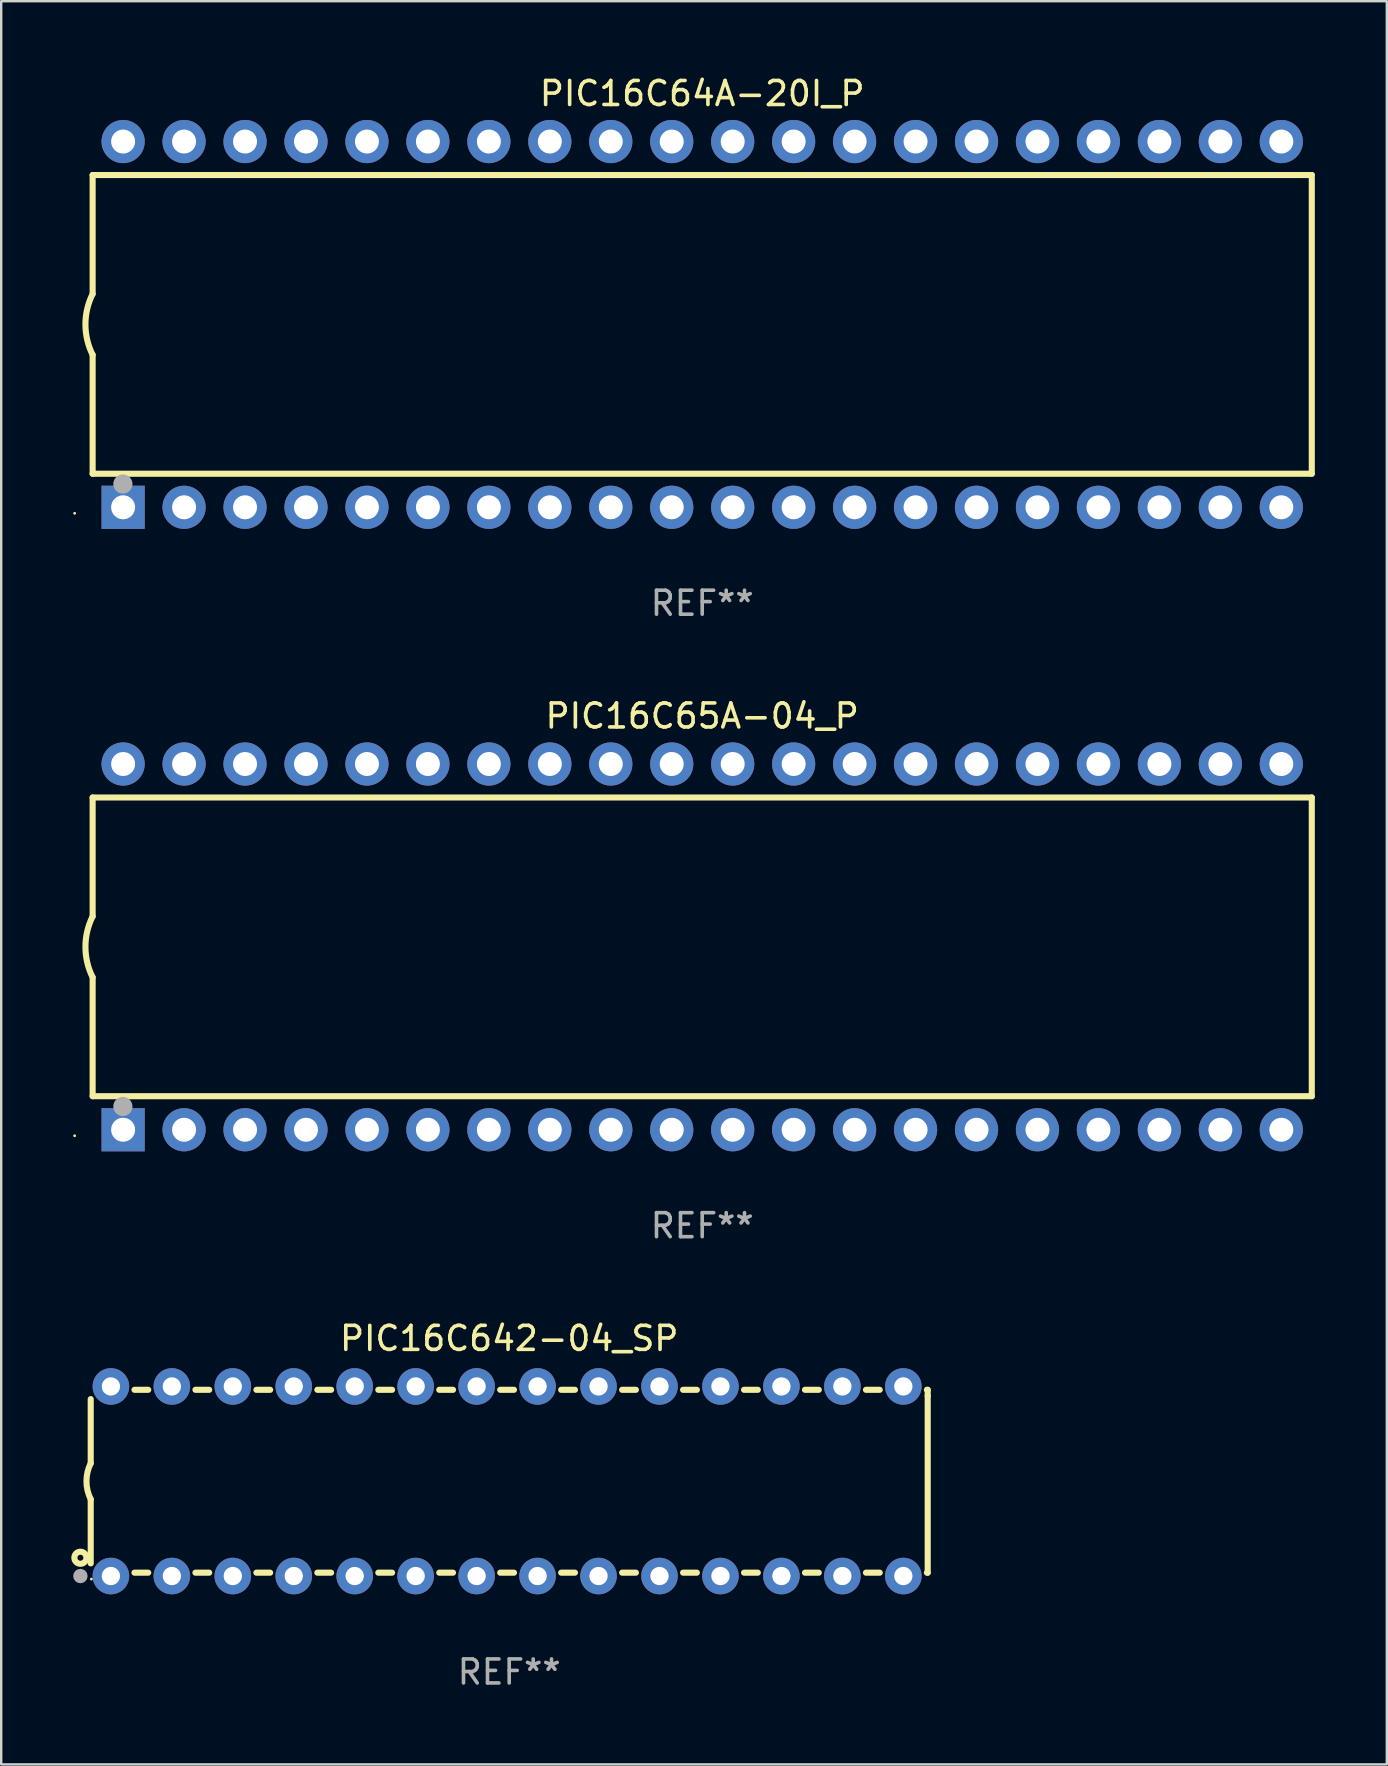
<source format=kicad_pcb>
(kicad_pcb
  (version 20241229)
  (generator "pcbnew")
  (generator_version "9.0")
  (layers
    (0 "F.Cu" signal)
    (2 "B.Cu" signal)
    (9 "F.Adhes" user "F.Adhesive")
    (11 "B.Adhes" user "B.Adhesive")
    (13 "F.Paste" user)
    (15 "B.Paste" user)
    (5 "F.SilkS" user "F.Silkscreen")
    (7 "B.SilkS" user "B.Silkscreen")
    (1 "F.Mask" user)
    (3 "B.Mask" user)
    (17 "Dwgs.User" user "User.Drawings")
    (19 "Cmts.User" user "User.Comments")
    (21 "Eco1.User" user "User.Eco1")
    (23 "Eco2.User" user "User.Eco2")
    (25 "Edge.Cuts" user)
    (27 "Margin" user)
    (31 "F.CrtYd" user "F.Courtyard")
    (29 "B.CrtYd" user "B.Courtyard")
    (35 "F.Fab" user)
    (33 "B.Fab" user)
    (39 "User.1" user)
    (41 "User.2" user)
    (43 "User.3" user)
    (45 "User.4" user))
  (footprint "PIC16C64A-20I_P"
    (layer "F.Cu")
    (at 26.21 10.468)
    (property "Reference" "PIC16C64A-20I_P" (at 0 -9.62 0) (layer "F.SilkS") (effects (font (size 1 1) (thickness 0.15))))
    (attr through_hole)
    (fp_line (start -25.4 -6.224) (end -25.4 -1.271) (stroke (width 0.254) (type solid)) (layer "F.SilkS"))
    (fp_line (start -25.4 -6.224) (end 25.4 -6.224) (stroke (width 0.254) (type solid)) (layer "F.SilkS"))
    (fp_line (start -25.4 1.269) (end -25.4 6.222) (stroke (width 0.254) (type solid)) (layer "F.SilkS"))
    (fp_line (start -25.4 6.222) (end 25.4 6.222) (stroke (width 0.254) (type solid)) (layer "F.SilkS"))
    (fp_line (start 25.4 6.222) (end 25.4 -6.224) (stroke (width 0.254) (type solid)) (layer "F.SilkS"))
    (fp_arc (start -25.4 1.269241) (mid -25.699807 -0.000762) (end -25.4 -1.270765) (stroke (width 0.254001) (type solid)) (layer "F.SilkS"))
    (fp_circle (center -26.15 7.87) (end -26.12 7.87) (stroke (width 0.06) (type solid)) (fill no) (layer "F.SilkS"))
    (fp_circle (center -24.14 6.65) (end -23.94 6.65) (stroke (width 0.4) (type solid)) (fill no) (layer "F.Fab"))
    (fp_text user "REF**" (at 0 11.62 0) (layer "F.Fab") (effects (font (size 1 1) (thickness 0.15))))
    (pad "1" thru_hole rect (at -24.13 7.62 90) (size 1.8 1.8) (drill 1) (layers "*.Cu" "*.Mask"))
    (pad "2" thru_hole circle (at -21.59 7.62) (size 1.8 1.8) (drill 1) (layers "*.Cu" "*.Mask"))
    (pad "3" thru_hole circle (at -19.05 7.62) (size 1.8 1.8) (drill 1) (layers "*.Cu" "*.Mask"))
    (pad "4" thru_hole circle (at -16.51 7.62) (size 1.8 1.8) (drill 1) (layers "*.Cu" "*.Mask"))
    (pad "5" thru_hole circle (at -13.97 7.62) (size 1.8 1.8) (drill 1) (layers "*.Cu" "*.Mask"))
    (pad "6" thru_hole circle (at -11.43 7.62) (size 1.8 1.8) (drill 1) (layers "*.Cu" "*.Mask"))
    (pad "7" thru_hole circle (at -8.89 7.62) (size 1.8 1.8) (drill 1) (layers "*.Cu" "*.Mask"))
    (pad "8" thru_hole circle (at -6.35 7.62) (size 1.8 1.8) (drill 1) (layers "*.Cu" "*.Mask"))
    (pad "9" thru_hole circle (at -3.81 7.62) (size 1.8 1.8) (drill 1) (layers "*.Cu" "*.Mask"))
    (pad "10" thru_hole circle (at -1.27 7.62) (size 1.8 1.8) (drill 1) (layers "*.Cu" "*.Mask"))
    (pad "11" thru_hole circle (at 1.27 7.62) (size 1.8 1.8) (drill 1) (layers "*.Cu" "*.Mask"))
    (pad "12" thru_hole circle (at 3.81 7.62) (size 1.8 1.8) (drill 1) (layers "*.Cu" "*.Mask"))
    (pad "13" thru_hole circle (at 6.35 7.62) (size 1.8 1.8) (drill 1) (layers "*.Cu" "*.Mask"))
    (pad "14" thru_hole circle (at 8.89 7.62) (size 1.8 1.8) (drill 1) (layers "*.Cu" "*.Mask"))
    (pad "15" thru_hole circle (at 11.43 7.62) (size 1.8 1.8) (drill 1) (layers "*.Cu" "*.Mask"))
    (pad "16" thru_hole circle (at 13.97 7.62) (size 1.8 1.8) (drill 1) (layers "*.Cu" "*.Mask"))
    (pad "17" thru_hole circle (at 16.51 7.62) (size 1.8 1.8) (drill 1) (layers "*.Cu" "*.Mask"))
    (pad "18" thru_hole circle (at 19.05 7.62) (size 1.8 1.8) (drill 1) (layers "*.Cu" "*.Mask"))
    (pad "19" thru_hole circle (at 21.59 7.62) (size 1.8 1.8) (drill 1) (layers "*.Cu" "*.Mask"))
    (pad "20" thru_hole circle (at 24.13 7.62) (size 1.8 1.8) (drill 1) (layers "*.Cu" "*.Mask"))
    (pad "21" thru_hole circle (at 24.13 -7.62) (size 1.8 1.8) (drill 1) (layers "*.Cu" "*.Mask"))
    (pad "22" thru_hole circle (at 21.59 -7.62) (size 1.8 1.8) (drill 1) (layers "*.Cu" "*.Mask"))
    (pad "23" thru_hole circle (at 19.05 -7.62) (size 1.8 1.8) (drill 1) (layers "*.Cu" "*.Mask"))
    (pad "24" thru_hole circle (at 16.51 -7.62) (size 1.8 1.8) (drill 1) (layers "*.Cu" "*.Mask"))
    (pad "25" thru_hole circle (at 13.97 -7.62) (size 1.8 1.8) (drill 1) (layers "*.Cu" "*.Mask"))
    (pad "26" thru_hole circle (at 11.43 -7.62) (size 1.8 1.8) (drill 1) (layers "*.Cu" "*.Mask"))
    (pad "27" thru_hole circle (at 8.89 -7.62) (size 1.8 1.8) (drill 1) (layers "*.Cu" "*.Mask"))
    (pad "28" thru_hole circle (at 6.35 -7.62) (size 1.8 1.8) (drill 1) (layers "*.Cu" "*.Mask"))
    (pad "29" thru_hole circle (at 3.81 -7.62) (size 1.8 1.8) (drill 1) (layers "*.Cu" "*.Mask"))
    (pad "30" thru_hole circle (at 1.27 -7.62) (size 1.8 1.8) (drill 1) (layers "*.Cu" "*.Mask"))
    (pad "31" thru_hole circle (at -1.27 -7.62) (size 1.8 1.8) (drill 1) (layers "*.Cu" "*.Mask"))
    (pad "32" thru_hole circle (at -3.81 -7.62) (size 1.8 1.8) (drill 1) (layers "*.Cu" "*.Mask"))
    (pad "33" thru_hole circle (at -6.35 -7.62) (size 1.8 1.8) (drill 1) (layers "*.Cu" "*.Mask"))
    (pad "34" thru_hole circle (at -8.89 -7.62) (size 1.8 1.8) (drill 1) (layers "*.Cu" "*.Mask"))
    (pad "35" thru_hole circle (at -11.43 -7.62) (size 1.8 1.8) (drill 1) (layers "*.Cu" "*.Mask"))
    (pad "36" thru_hole circle (at -13.97 -7.62) (size 1.8 1.8) (drill 1) (layers "*.Cu" "*.Mask"))
    (pad "37" thru_hole circle (at -16.51 -7.62) (size 1.8 1.8) (drill 1) (layers "*.Cu" "*.Mask"))
    (pad "38" thru_hole circle (at -19.05 -7.62) (size 1.8 1.8) (drill 1) (layers "*.Cu" "*.Mask"))
    (pad "39" thru_hole circle (at -21.59 -7.62) (size 1.8 1.8) (drill 1) (layers "*.Cu" "*.Mask"))
    (pad "40" thru_hole circle (at -24.13 -7.62) (size 1.8 1.8) (drill 1) (layers "*.Cu" "*.Mask")))
  (footprint "PIC16C65A-04_P"
    (layer "F.Cu")
    (at 26.21 36.405)
    (property "Reference" "PIC16C65A-04_P" (at 0 -9.62 0) (layer "F.SilkS") (effects (font (size 1 1) (thickness 0.15))))
    (attr through_hole)
    (fp_line (start -25.4 -6.224) (end -25.4 -1.271) (stroke (width 0.254) (type solid)) (layer "F.SilkS"))
    (fp_line (start -25.4 -6.224) (end 25.4 -6.224) (stroke (width 0.254) (type solid)) (layer "F.SilkS"))
    (fp_line (start -25.4 1.269) (end -25.4 6.222) (stroke (width 0.254) (type solid)) (layer "F.SilkS"))
    (fp_line (start -25.4 6.222) (end 25.4 6.222) (stroke (width 0.254) (type solid)) (layer "F.SilkS"))
    (fp_line (start 25.4 6.222) (end 25.4 -6.224) (stroke (width 0.254) (type solid)) (layer "F.SilkS"))
    (fp_arc (start -25.4 1.269241) (mid -25.699807 -0.000762) (end -25.4 -1.270765) (stroke (width 0.254001) (type solid)) (layer "F.SilkS"))
    (fp_circle (center -26.15 7.87) (end -26.12 7.87) (stroke (width 0.06) (type solid)) (fill no) (layer "F.SilkS"))
    (fp_circle (center -24.14 6.65) (end -23.94 6.65) (stroke (width 0.4) (type solid)) (fill no) (layer "F.Fab"))
    (fp_text user "REF**" (at 0 11.62 0) (layer "F.Fab") (effects (font (size 1 1) (thickness 0.15))))
    (pad "1" thru_hole rect (at -24.13 7.62 90) (size 1.8 1.8) (drill 1) (layers "*.Cu" "*.Mask"))
    (pad "2" thru_hole circle (at -21.59 7.62) (size 1.8 1.8) (drill 1) (layers "*.Cu" "*.Mask"))
    (pad "3" thru_hole circle (at -19.05 7.62) (size 1.8 1.8) (drill 1) (layers "*.Cu" "*.Mask"))
    (pad "4" thru_hole circle (at -16.51 7.62) (size 1.8 1.8) (drill 1) (layers "*.Cu" "*.Mask"))
    (pad "5" thru_hole circle (at -13.97 7.62) (size 1.8 1.8) (drill 1) (layers "*.Cu" "*.Mask"))
    (pad "6" thru_hole circle (at -11.43 7.62) (size 1.8 1.8) (drill 1) (layers "*.Cu" "*.Mask"))
    (pad "7" thru_hole circle (at -8.89 7.62) (size 1.8 1.8) (drill 1) (layers "*.Cu" "*.Mask"))
    (pad "8" thru_hole circle (at -6.35 7.62) (size 1.8 1.8) (drill 1) (layers "*.Cu" "*.Mask"))
    (pad "9" thru_hole circle (at -3.81 7.62) (size 1.8 1.8) (drill 1) (layers "*.Cu" "*.Mask"))
    (pad "10" thru_hole circle (at -1.27 7.62) (size 1.8 1.8) (drill 1) (layers "*.Cu" "*.Mask"))
    (pad "11" thru_hole circle (at 1.27 7.62) (size 1.8 1.8) (drill 1) (layers "*.Cu" "*.Mask"))
    (pad "12" thru_hole circle (at 3.81 7.62) (size 1.8 1.8) (drill 1) (layers "*.Cu" "*.Mask"))
    (pad "13" thru_hole circle (at 6.35 7.62) (size 1.8 1.8) (drill 1) (layers "*.Cu" "*.Mask"))
    (pad "14" thru_hole circle (at 8.89 7.62) (size 1.8 1.8) (drill 1) (layers "*.Cu" "*.Mask"))
    (pad "15" thru_hole circle (at 11.43 7.62) (size 1.8 1.8) (drill 1) (layers "*.Cu" "*.Mask"))
    (pad "16" thru_hole circle (at 13.97 7.62) (size 1.8 1.8) (drill 1) (layers "*.Cu" "*.Mask"))
    (pad "17" thru_hole circle (at 16.51 7.62) (size 1.8 1.8) (drill 1) (layers "*.Cu" "*.Mask"))
    (pad "18" thru_hole circle (at 19.05 7.62) (size 1.8 1.8) (drill 1) (layers "*.Cu" "*.Mask"))
    (pad "19" thru_hole circle (at 21.59 7.62) (size 1.8 1.8) (drill 1) (layers "*.Cu" "*.Mask"))
    (pad "20" thru_hole circle (at 24.13 7.62) (size 1.8 1.8) (drill 1) (layers "*.Cu" "*.Mask"))
    (pad "21" thru_hole circle (at 24.13 -7.62) (size 1.8 1.8) (drill 1) (layers "*.Cu" "*.Mask"))
    (pad "22" thru_hole circle (at 21.59 -7.62) (size 1.8 1.8) (drill 1) (layers "*.Cu" "*.Mask"))
    (pad "23" thru_hole circle (at 19.05 -7.62) (size 1.8 1.8) (drill 1) (layers "*.Cu" "*.Mask"))
    (pad "24" thru_hole circle (at 16.51 -7.62) (size 1.8 1.8) (drill 1) (layers "*.Cu" "*.Mask"))
    (pad "25" thru_hole circle (at 13.97 -7.62) (size 1.8 1.8) (drill 1) (layers "*.Cu" "*.Mask"))
    (pad "26" thru_hole circle (at 11.43 -7.62) (size 1.8 1.8) (drill 1) (layers "*.Cu" "*.Mask"))
    (pad "27" thru_hole circle (at 8.89 -7.62) (size 1.8 1.8) (drill 1) (layers "*.Cu" "*.Mask"))
    (pad "28" thru_hole circle (at 6.35 -7.62) (size 1.8 1.8) (drill 1) (layers "*.Cu" "*.Mask"))
    (pad "29" thru_hole circle (at 3.81 -7.62) (size 1.8 1.8) (drill 1) (layers "*.Cu" "*.Mask"))
    (pad "30" thru_hole circle (at 1.27 -7.62) (size 1.8 1.8) (drill 1) (layers "*.Cu" "*.Mask"))
    (pad "31" thru_hole circle (at -1.27 -7.62) (size 1.8 1.8) (drill 1) (layers "*.Cu" "*.Mask"))
    (pad "32" thru_hole circle (at -3.81 -7.62) (size 1.8 1.8) (drill 1) (layers "*.Cu" "*.Mask"))
    (pad "33" thru_hole circle (at -6.35 -7.62) (size 1.8 1.8) (drill 1) (layers "*.Cu" "*.Mask"))
    (pad "34" thru_hole circle (at -8.89 -7.62) (size 1.8 1.8) (drill 1) (layers "*.Cu" "*.Mask"))
    (pad "35" thru_hole circle (at -11.43 -7.62) (size 1.8 1.8) (drill 1) (layers "*.Cu" "*.Mask"))
    (pad "36" thru_hole circle (at -13.97 -7.62) (size 1.8 1.8) (drill 1) (layers "*.Cu" "*.Mask"))
    (pad "37" thru_hole circle (at -16.51 -7.62) (size 1.8 1.8) (drill 1) (layers "*.Cu" "*.Mask"))
    (pad "38" thru_hole circle (at -19.05 -7.62) (size 1.8 1.8) (drill 1) (layers "*.Cu" "*.Mask"))
    (pad "39" thru_hole circle (at -21.59 -7.62) (size 1.8 1.8) (drill 1) (layers "*.Cu" "*.Mask"))
    (pad "40" thru_hole circle (at -24.13 -7.62) (size 1.8 1.8) (drill 1) (layers "*.Cu" "*.Mask")))
  (footprint "PIC16C642-04_SP"
    (layer "F.Cu")
    (at 18.168 58.671)
    (property "Reference" "PIC16C642-04_SP" (at 0 -5.95 0) (layer "F.SilkS") (effects (font (size 1 1) (thickness 0.15))))
    (attr through_hole)
    (fp_line (start -17.438 0.75) (end -17.438 3.423) (stroke (width 0.254) (type solid)) (layer "F.SilkS"))
    (fp_line (start -17.438 -3.423) (end -17.438 -0.75) (stroke (width 0.254) (type solid)) (layer "F.SilkS"))
    (fp_line (start -15.615 3.81) (end -15.041 3.81) (stroke (width 0.254) (type solid)) (layer "F.SilkS"))
    (fp_line (start -15.041 -3.81) (end -15.614 -3.81) (stroke (width 0.254) (type solid)) (layer "F.SilkS"))
    (fp_line (start -13.075 3.81) (end -12.501 3.81) (stroke (width 0.254) (type solid)) (layer "F.SilkS"))
    (fp_line (start -12.501 -3.81) (end -13.074 -3.81) (stroke (width 0.254) (type solid)) (layer "F.SilkS"))
    (fp_line (start -10.535 3.81) (end -9.961 3.81) (stroke (width 0.254) (type solid)) (layer "F.SilkS"))
    (fp_line (start -9.961 -3.81) (end -10.534 -3.81) (stroke (width 0.254) (type solid)) (layer "F.SilkS"))
    (fp_line (start -7.995 3.81) (end -7.421 3.81) (stroke (width 0.254) (type solid)) (layer "F.SilkS"))
    (fp_line (start -7.421 -3.81) (end -7.995 -3.81) (stroke (width 0.254) (type solid)) (layer "F.SilkS"))
    (fp_line (start -5.455 3.81) (end -4.881 3.81) (stroke (width 0.254) (type solid)) (layer "F.SilkS"))
    (fp_line (start -4.881 -3.81) (end -5.455 -3.81) (stroke (width 0.254) (type solid)) (layer "F.SilkS"))
    (fp_line (start -2.915 3.81) (end -2.341 3.81) (stroke (width 0.254) (type solid)) (layer "F.SilkS"))
    (fp_line (start -2.341 -3.81) (end -2.915 -3.81) (stroke (width 0.254) (type solid)) (layer "F.SilkS"))
    (fp_line (start -0.375 3.81) (end 0.199 3.81) (stroke (width 0.254) (type solid)) (layer "F.SilkS"))
    (fp_line (start 0.199 -3.81) (end -0.375 -3.81) (stroke (width 0.254) (type solid)) (layer "F.SilkS"))
    (fp_line (start 2.165 3.81) (end 2.739 3.81) (stroke (width 0.254) (type solid)) (layer "F.SilkS"))
    (fp_line (start 2.739 -3.81) (end 2.165 -3.81) (stroke (width 0.254) (type solid)) (layer "F.SilkS"))
    (fp_line (start 4.705 3.81) (end 5.279 3.81) (stroke (width 0.254) (type solid)) (layer "F.SilkS"))
    (fp_line (start 5.279 -3.81) (end 4.705 -3.81) (stroke (width 0.254) (type solid)) (layer "F.SilkS"))
    (fp_line (start 7.245 3.81) (end 7.819 3.81) (stroke (width 0.254) (type solid)) (layer "F.SilkS"))
    (fp_line (start 7.819 -3.81) (end 7.245 -3.81) (stroke (width 0.254) (type solid)) (layer "F.SilkS"))
    (fp_line (start 9.785 3.81) (end 10.359 3.81) (stroke (width 0.254) (type solid)) (layer "F.SilkS"))
    (fp_line (start 10.359 -3.81) (end 9.785 -3.81) (stroke (width 0.254) (type solid)) (layer "F.SilkS"))
    (fp_line (start 12.325 3.81) (end 12.899 3.81) (stroke (width 0.254) (type solid)) (layer "F.SilkS"))
    (fp_line (start 12.899 -3.81) (end 12.325 -3.81) (stroke (width 0.254) (type solid)) (layer "F.SilkS"))
    (fp_line (start 14.865 3.81) (end 15.439 3.81) (stroke (width 0.254) (type solid)) (layer "F.SilkS"))
    (fp_line (start 15.439 -3.81) (end 14.865 -3.81) (stroke (width 0.254) (type solid)) (layer "F.SilkS"))
    (fp_line (start 17.405 3.81) (end 17.438 3.81) (stroke (width 0.254) (type solid)) (layer "F.SilkS"))
    (fp_line (start 17.438 -3.81) (end 17.405 -3.81) (stroke (width 0.254) (type solid)) (layer "F.SilkS"))
    (fp_line (start 17.438 -3.556) (end 17.438 -3.81) (stroke (width 0.254) (type solid)) (layer "F.SilkS"))
    (fp_line (start 17.438 3.81) (end 17.438 -3.556) (stroke (width 0.254) (type solid)) (layer "F.SilkS"))
    (fp_arc (start -17.437986 0.749657) (mid -17.614887 -0.000024) (end -17.437783 -0.749657) (stroke (width 0.254001) (type solid)) (layer "F.SilkS"))
    (fp_circle (center -17.868 3.188) (end -17.743 3.188) (stroke (width 0.254) (type solid)) (fill no) (layer "F.SilkS"))
    (fp_circle (center -17.411 4.077) (end -17.381 4.077) (stroke (width 0.06) (type solid)) (fill no) (layer "F.SilkS"))
    (fp_circle (center -17.868 3.95) (end -17.718 3.95) (stroke (width 0.3) (type solid)) (fill no) (layer "F.Fab"))
    (fp_text user "REF**" (at 0 7.95 0) (layer "F.Fab") (effects (font (size 1 1) (thickness 0.15))))
    (pad "1" thru_hole circle (at -16.598 3.95) (size 1.524 1.524) (drill 0.762) (layers "*.Cu" "*.Mask"))
    (pad "2" thru_hole circle (at -14.058 3.95) (size 1.524 1.524) (drill 0.762) (layers "*.Cu" "*.Mask"))
    (pad "3" thru_hole circle (at -11.518 3.95) (size 1.524 1.524) (drill 0.762) (layers "*.Cu" "*.Mask"))
    (pad "4" thru_hole circle (at -8.978 3.95) (size 1.524 1.524) (drill 0.762) (layers "*.Cu" "*.Mask"))
    (pad "5" thru_hole circle (at -6.438 3.95) (size 1.524 1.524) (drill 0.762) (layers "*.Cu" "*.Mask"))
    (pad "6" thru_hole circle (at -3.898 3.95) (size 1.524 1.524) (drill 0.762) (layers "*.Cu" "*.Mask"))
    (pad "7" thru_hole circle (at -1.358 3.95) (size 1.524 1.524) (drill 0.762) (layers "*.Cu" "*.Mask"))
    (pad "8" thru_hole circle (at 1.182 3.95) (size 1.524 1.524) (drill 0.762) (layers "*.Cu" "*.Mask"))
    (pad "9" thru_hole circle (at 3.722 3.95) (size 1.524 1.524) (drill 0.762) (layers "*.Cu" "*.Mask"))
    (pad "10" thru_hole circle (at 6.262 3.95) (size 1.524 1.524) (drill 0.762) (layers "*.Cu" "*.Mask"))
    (pad "11" thru_hole circle (at 8.802 3.95) (size 1.524 1.524) (drill 0.762) (layers "*.Cu" "*.Mask"))
    (pad "12" thru_hole circle (at 11.342 3.95) (size 1.524 1.524) (drill 0.762) (layers "*.Cu" "*.Mask"))
    (pad "13" thru_hole circle (at 13.882 3.95) (size 1.524 1.524) (drill 0.762) (layers "*.Cu" "*.Mask"))
    (pad "14" thru_hole circle (at 16.422 3.95) (size 1.524 1.524) (drill 0.762) (layers "*.Cu" "*.Mask"))
    (pad "15" thru_hole circle (at 16.422 -3.95) (size 1.524 1.524) (drill 0.762) (layers "*.Cu" "*.Mask"))
    (pad "16" thru_hole circle (at 13.882 -3.95) (size 1.524 1.524) (drill 0.762) (layers "*.Cu" "*.Mask"))
    (pad "17" thru_hole circle (at 11.342 -3.95) (size 1.524 1.524) (drill 0.762) (layers "*.Cu" "*.Mask"))
    (pad "18" thru_hole circle (at 8.802 -3.95) (size 1.524 1.524) (drill 0.762) (layers "*.Cu" "*.Mask"))
    (pad "19" thru_hole circle (at 6.262 -3.95) (size 1.524 1.524) (drill 0.762) (layers "*.Cu" "*.Mask"))
    (pad "20" thru_hole circle (at 3.722 -3.95) (size 1.524 1.524) (drill 0.762) (layers "*.Cu" "*.Mask"))
    (pad "21" thru_hole circle (at 1.182 -3.95) (size 1.524 1.524) (drill 0.762) (layers "*.Cu" "*.Mask"))
    (pad "22" thru_hole circle (at -1.358 -3.95) (size 1.524 1.524) (drill 0.762) (layers "*.Cu" "*.Mask"))
    (pad "23" thru_hole circle (at -3.898 -3.95) (size 1.524 1.524) (drill 0.762) (layers "*.Cu" "*.Mask"))
    (pad "24" thru_hole circle (at -6.438 -3.95) (size 1.524 1.524) (drill 0.762) (layers "*.Cu" "*.Mask"))
    (pad "25" thru_hole circle (at -8.978 -3.95) (size 1.524 1.524) (drill 0.762) (layers "*.Cu" "*.Mask"))
    (pad "26" thru_hole circle (at -11.517 -3.95) (size 1.524 1.524) (drill 0.762) (layers "*.Cu" "*.Mask"))
    (pad "27" thru_hole circle (at -14.057 -3.95) (size 1.524 1.524) (drill 0.762) (layers "*.Cu" "*.Mask"))
    (pad "28" thru_hole circle (at -16.597 -3.95) (size 1.524 1.524) (drill 0.762) (layers "*.Cu" "*.Mask")))
  (gr_rect
    (start -3 -3)
    (end 54.737 70.469)
    (stroke (width 0.1) (type default))
    (fill no)
    (layer "Edge.Cuts")))
</source>
